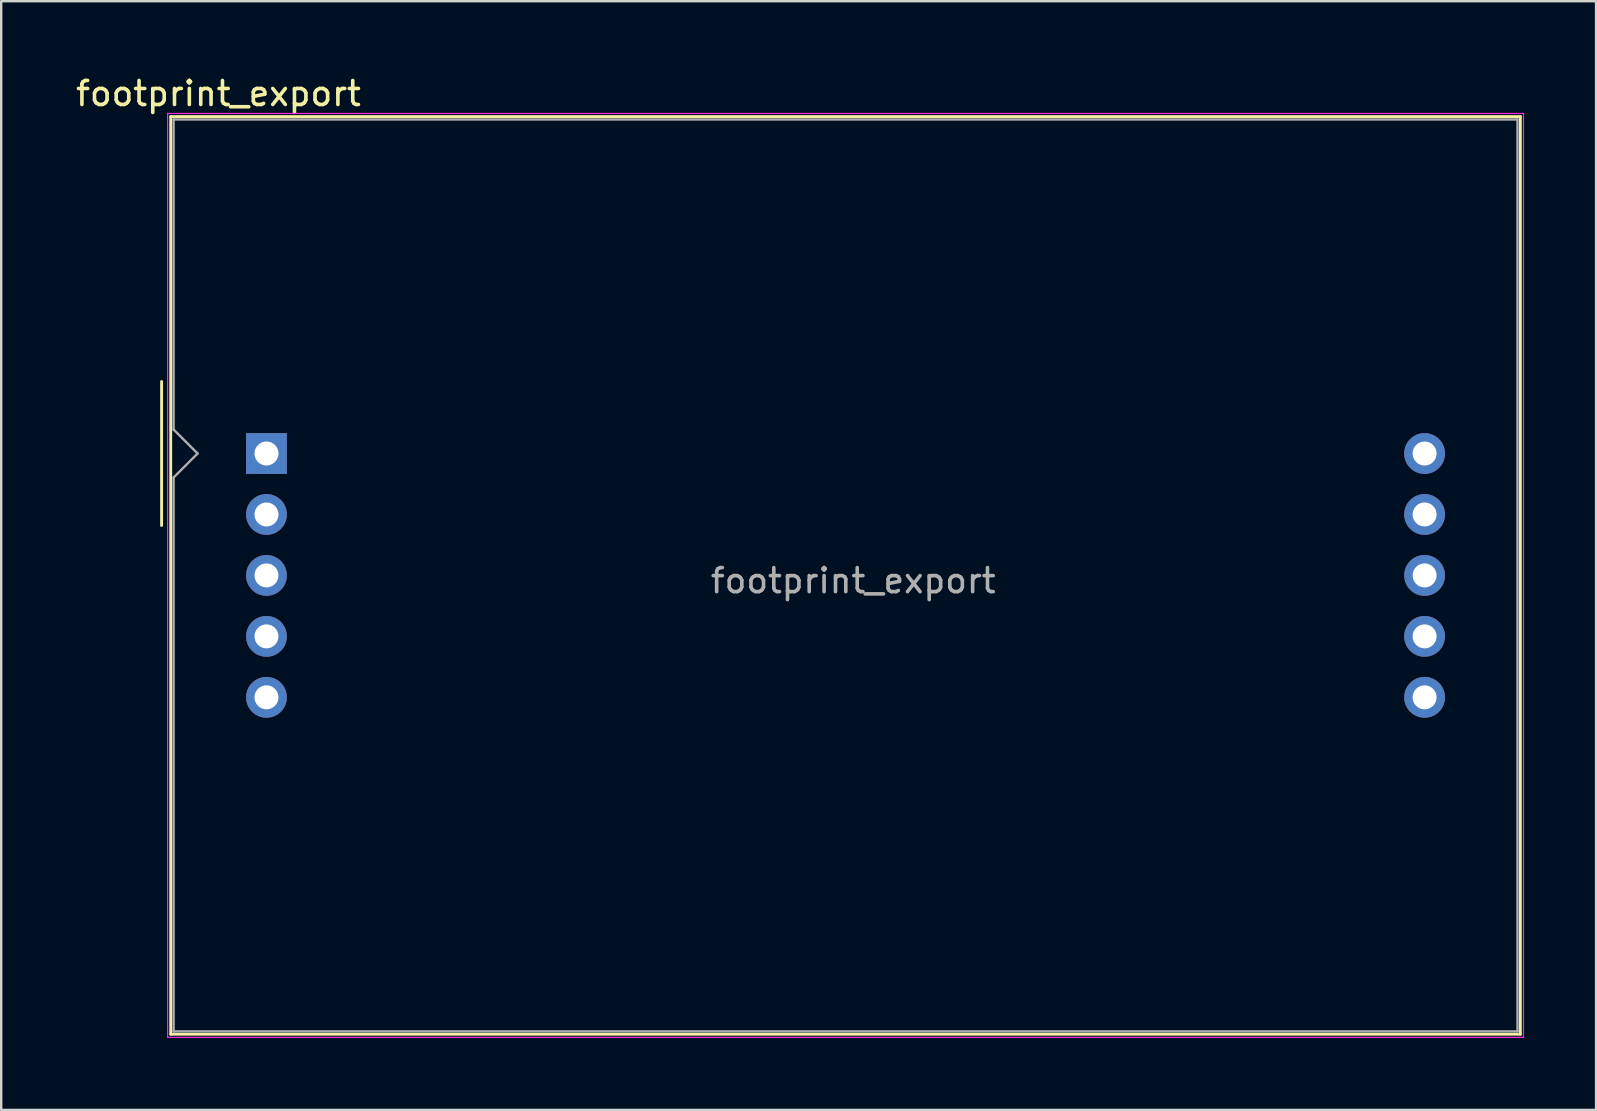
<source format=kicad_pcb>
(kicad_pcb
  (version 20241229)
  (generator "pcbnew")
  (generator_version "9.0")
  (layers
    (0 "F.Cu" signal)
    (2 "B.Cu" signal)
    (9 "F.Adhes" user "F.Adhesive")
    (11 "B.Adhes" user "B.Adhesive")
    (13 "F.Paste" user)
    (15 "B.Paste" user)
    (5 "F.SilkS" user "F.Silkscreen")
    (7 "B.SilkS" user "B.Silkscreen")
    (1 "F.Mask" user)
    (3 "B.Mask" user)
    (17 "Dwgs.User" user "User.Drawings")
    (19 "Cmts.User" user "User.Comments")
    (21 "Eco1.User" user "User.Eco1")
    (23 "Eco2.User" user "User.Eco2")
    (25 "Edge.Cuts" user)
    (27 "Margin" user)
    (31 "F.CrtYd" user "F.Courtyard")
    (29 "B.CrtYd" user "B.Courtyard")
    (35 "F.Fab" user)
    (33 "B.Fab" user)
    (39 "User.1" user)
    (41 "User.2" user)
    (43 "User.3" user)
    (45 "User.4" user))
  (footprint "footprint_export"
    (layer "F.Cu")
    (at 8.054 15.848)
    (property "Reference" "footprint_export" (at -2 -15 0) (layer "F.SilkS") (effects (font (size 1 1) (thickness 0.15))))
    (attr through_hole)
    (fp_line (start -4.37 -3) (end -4.37 3) (stroke (width 0.12) (type solid)) (layer "F.SilkS"))
    (fp_line (start -3.99 -14.04) (end 52.25 -14.04) (stroke (width 0.12) (type solid)) (layer "F.SilkS"))
    (fp_line (start -3.99 24.2) (end -3.99 -14.04) (stroke (width 0.12) (type solid)) (layer "F.SilkS"))
    (fp_line (start 52.25 -14.04) (end 52.25 24.2) (stroke (width 0.12) (type solid)) (layer "F.SilkS"))
    (fp_line (start 52.25 24.2) (end -3.99 24.2) (stroke (width 0.12) (type solid)) (layer "F.SilkS"))
    (fp_line (start -4.12 -14.17) (end 52.38 -14.17) (stroke (width 0.05) (type solid)) (layer "F.CrtYd"))
    (fp_line (start -4.12 24.33) (end -4.12 -14.17) (stroke (width 0.05) (type solid)) (layer "F.CrtYd"))
    (fp_line (start 52.38 -14.17) (end 52.38 24.33) (stroke (width 0.05) (type solid)) (layer "F.CrtYd"))
    (fp_line (start 52.38 24.33) (end -4.12 24.33) (stroke (width 0.05) (type solid)) (layer "F.CrtYd"))
    (fp_line (start -3.87 -13.92) (end 52.13 -13.92) (stroke (width 0.1) (type solid)) (layer "F.Fab"))
    (fp_line (start -3.87 -1) (end -3.87 -13.92) (stroke (width 0.1) (type solid)) (layer "F.Fab"))
    (fp_line (start -3.87 1) (end -2.87 0) (stroke (width 0.1) (type solid)) (layer "F.Fab"))
    (fp_line (start -3.87 24.08) (end -3.87 1) (stroke (width 0.1) (type solid)) (layer "F.Fab"))
    (fp_line (start -2.87 0) (end -3.87 -1) (stroke (width 0.1) (type solid)) (layer "F.Fab"))
    (fp_line (start 52.13 -13.92) (end 52.13 24.08) (stroke (width 0.1) (type solid)) (layer "F.Fab"))
    (fp_line (start 52.13 24.08) (end -3.87 24.08) (stroke (width 0.1) (type solid)) (layer "F.Fab"))
    (fp_text user "${REFERENCE}" (at 24.45 5.3 0) (layer "F.Fab") (effects (font (size 1 1) (thickness 0.15))))
    (pad "1" thru_hole rect (at 0 0) (size 1.7 1.7) (drill 1) (layers "*.Cu" "*.Mask"))
    (pad "2" thru_hole circle (at 0 2.54) (size 1.7 1.7) (drill 1) (layers "*.Cu" "*.Mask"))
    (pad "3" thru_hole circle (at 0 5.08) (size 1.7 1.7) (drill 1) (layers "*.Cu" "*.Mask"))
    (pad "4" thru_hole circle (at 0 7.62) (size 1.7 1.7) (drill 1) (layers "*.Cu" "*.Mask"))
    (pad "5" thru_hole circle (at 0 10.16) (size 1.7 1.7) (drill 1) (layers "*.Cu" "*.Mask"))
    (pad "6" thru_hole circle (at 48.26 10.16) (size 1.7 1.7) (drill 1) (layers "*.Cu" "*.Mask"))
    (pad "7" thru_hole circle (at 48.26 7.62) (size 1.7 1.7) (drill 1) (layers "*.Cu" "*.Mask"))
    (pad "8" thru_hole circle (at 48.26 5.08) (size 1.7 1.7) (drill 1) (layers "*.Cu" "*.Mask"))
    (pad "9" thru_hole circle (at 48.26 2.54) (size 1.7 1.7) (drill 1) (layers "*.Cu" "*.Mask"))
    (pad "10" thru_hole circle (at 48.26 0) (size 1.7 1.7) (drill 1) (layers "*.Cu" "*.Mask")))
  (gr_rect
    (start -3 -3)
    (end 63.459 43.203)
    (stroke (width 0.1) (type default))
    (fill no)
    (layer "Edge.Cuts")))
</source>
